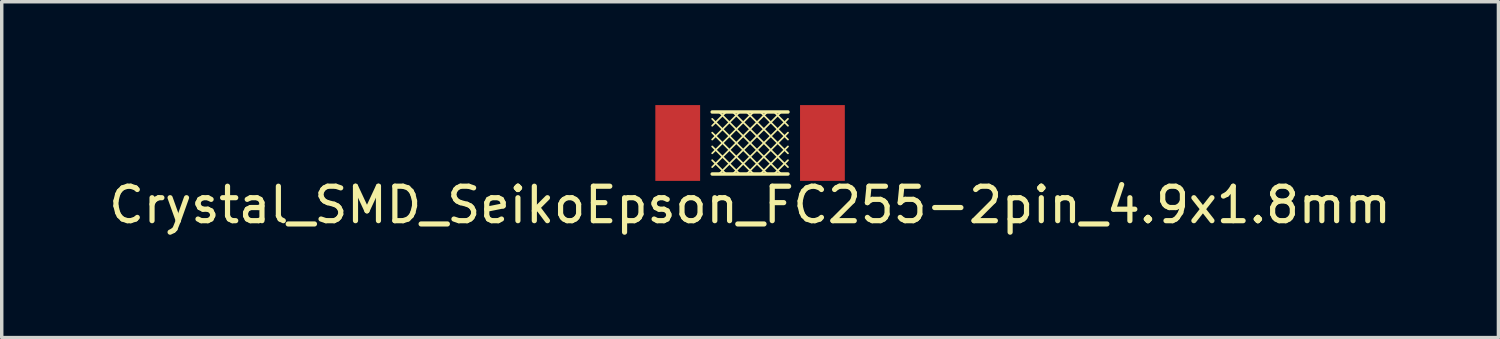
<source format=kicad_pcb>
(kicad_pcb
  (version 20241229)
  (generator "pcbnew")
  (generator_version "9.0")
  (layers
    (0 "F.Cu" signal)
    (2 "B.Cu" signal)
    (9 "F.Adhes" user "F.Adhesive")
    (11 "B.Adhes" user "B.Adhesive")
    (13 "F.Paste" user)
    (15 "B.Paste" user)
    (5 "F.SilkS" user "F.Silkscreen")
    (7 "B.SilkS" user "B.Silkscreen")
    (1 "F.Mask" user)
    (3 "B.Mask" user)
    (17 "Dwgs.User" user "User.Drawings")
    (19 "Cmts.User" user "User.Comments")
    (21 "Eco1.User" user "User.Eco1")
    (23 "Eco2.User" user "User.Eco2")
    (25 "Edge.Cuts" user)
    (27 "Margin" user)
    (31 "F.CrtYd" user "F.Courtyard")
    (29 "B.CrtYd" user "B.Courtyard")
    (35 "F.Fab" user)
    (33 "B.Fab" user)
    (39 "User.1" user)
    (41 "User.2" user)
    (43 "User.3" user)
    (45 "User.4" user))
  (footprint "Crystal_SMD_SeikoEpson_FC255-2pin_4.9x1.8mm"
    (layer "F.Cu")
    (at 18.72 1.1)
    (property "Reference" "Crystal_SMD_SeikoEpson_FC255-2pin_4.9x1.8mm" (at 0 1.8 0) (layer "F.SilkS") (effects (font (size 1 1) (thickness 0.15))))
    (attr through_hole)
    (fp_line (start -1.1 -0.7) (end 0.5 0.9) (stroke (width 0.05) (type solid)) (layer "F.SilkS"))
    (fp_line (start -1.1 -0.3) (end 0.1 0.9) (stroke (width 0.05) (type solid)) (layer "F.SilkS"))
    (fp_line (start -1.1 0.1) (end -0.3 0.9) (stroke (width 0.05) (type solid)) (layer "F.SilkS"))
    (fp_line (start -1.1 0.5) (end -0.7 0.9) (stroke (width 0.05) (type solid)) (layer "F.SilkS"))
    (fp_line (start -1.1 0.9) (end 1.1 0.9) (stroke (width 0.1) (type solid)) (layer "F.SilkS"))
    (fp_line (start -0.9 -0.9) (end 0.9 0.9) (stroke (width 0.05) (type solid)) (layer "F.SilkS"))
    (fp_line (start -0.7 -0.9) (end -1.1 -0.5) (stroke (width 0.05) (type solid)) (layer "F.SilkS"))
    (fp_line (start -0.5 -0.9) (end 1.1 0.7) (stroke (width 0.05) (type solid)) (layer "F.SilkS"))
    (fp_line (start -0.3 -0.9) (end -1.1 -0.1) (stroke (width 0.05) (type solid)) (layer "F.SilkS"))
    (fp_line (start -0.1 -0.9) (end 1.1 0.3) (stroke (width 0.05) (type solid)) (layer "F.SilkS"))
    (fp_line (start 0.1 -0.9) (end -1.1 0.3) (stroke (width 0.05) (type solid)) (layer "F.SilkS"))
    (fp_line (start 0.3 -0.9) (end 1.1 -0.1) (stroke (width 0.05) (type solid)) (layer "F.SilkS"))
    (fp_line (start 0.5 -0.9) (end -1.1 0.7) (stroke (width 0.05) (type solid)) (layer "F.SilkS"))
    (fp_line (start 0.7 -0.9) (end 1.1 -0.5) (stroke (width 0.05) (type solid)) (layer "F.SilkS"))
    (fp_line (start 0.9 -0.9) (end -0.9 0.9) (stroke (width 0.05) (type solid)) (layer "F.SilkS"))
    (fp_line (start 1.1 -0.9) (end -1.1 -0.9) (stroke (width 0.1) (type solid)) (layer "F.SilkS"))
    (fp_line (start 1.1 -0.7) (end -0.5 0.9) (stroke (width 0.05) (type solid)) (layer "F.SilkS"))
    (fp_line (start 1.1 -0.3) (end -0.1 0.9) (stroke (width 0.05) (type solid)) (layer "F.SilkS"))
    (fp_line (start 1.1 0.1) (end 0.3 0.9) (stroke (width 0.05) (type solid)) (layer "F.SilkS"))
    (fp_line (start 1.1 0.5) (end 0.7 0.9) (stroke (width 0.05) (type solid)) (layer "F.SilkS"))
    (pad "1" smd rect (at -2.1 0) (size 1.3 2.2) (layers "F.Cu" "F.Mask" "F.Paste"))
    (pad "2" smd rect (at 2.1 0) (size 1.3 2.2) (layers "F.Cu" "F.Mask" "F.Paste")))
  (gr_rect
    (start -3 -3)
    (end 40.44 6.748)
    (stroke (width 0.1) (type default))
    (fill no)
    (layer "Edge.Cuts")))
</source>
